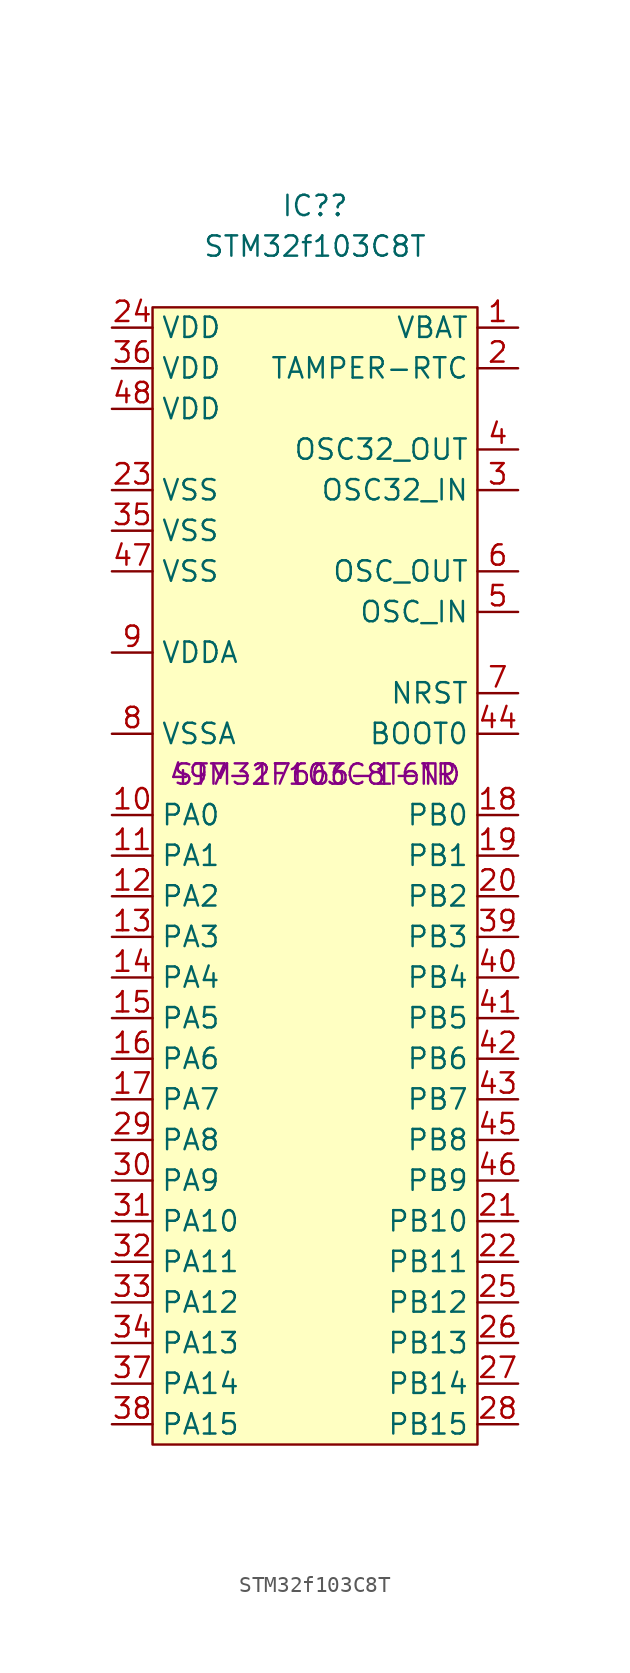
<source format=kicad_sym>
(kicad_symbol_lib
  (version 20220914)
  (generator kicad_symbol_editor)
  (symbol "STM32f103C8T"
    (property "Reference" "IC?"
      (at 0 35.56 0)
      (effects (font (size 1.27 1.27))))
    (property "Value" "STM32f103C8T"
      (at 0 33.02 0)
      (effects (font (size 1.27 1.27))))
    (property "DigiKey" "497-17666-1-ND"
      (at 0 0 0)
      (effects (font (size 1.27 1.27))))
    (property "MPN" "STM32F103C8T6TR"
      (at 0 0 0)
      (effects (font (size 1.27 1.27))))
    (symbol "STM32f103C8T_1_1"
      (rectangle (start -10.16 29.21) (end 10.16 -41.91) (stroke (width 0) (type default)) (fill (type background)))
      (pin input line (at 12.7 27.94 180) (length 2.54) (name "VBAT" (effects (font (size 1.27 1.27)))) (number "1" (effects (font (size 1.27 1.27)))))
      (pin bidirectional line (at -12.7 -2.54 0) (length 2.54) (name "PA0" (effects (font (size 1.27 1.27)))) (number "10" (effects (font (size 1.27 1.27)))))
      (pin bidirectional line (at -12.7 -5.08 0) (length 2.54) (name "PA1" (effects (font (size 1.27 1.27)))) (number "11" (effects (font (size 1.27 1.27)))))
      (pin bidirectional line (at -12.7 -7.62 0) (length 2.54) (name "PA2" (effects (font (size 1.27 1.27)))) (number "12" (effects (font (size 1.27 1.27)))))
      (pin bidirectional line (at -12.7 -10.16 0) (length 2.54) (name "PA3" (effects (font (size 1.27 1.27)))) (number "13" (effects (font (size 1.27 1.27)))))
      (pin bidirectional line (at -12.7 -12.7 0) (length 2.54) (name "PA4" (effects (font (size 1.27 1.27)))) (number "14" (effects (font (size 1.27 1.27)))))
      (pin bidirectional line (at -12.7 -15.24 0) (length 2.54) (name "PA5" (effects (font (size 1.27 1.27)))) (number "15" (effects (font (size 1.27 1.27)))))
      (pin bidirectional line (at -12.7 -17.78 0) (length 2.54) (name "PA6" (effects (font (size 1.27 1.27)))) (number "16" (effects (font (size 1.27 1.27)))))
      (pin bidirectional line (at -12.7 -20.32 0) (length 2.54) (name "PA7" (effects (font (size 1.27 1.27)))) (number "17" (effects (font (size 1.27 1.27)))))
      (pin bidirectional line (at 12.7 -2.54 180) (length 2.54) (name "PB0" (effects (font (size 1.27 1.27)))) (number "18" (effects (font (size 1.27 1.27)))))
      (pin bidirectional line (at 12.7 -5.08 180) (length 2.54) (name "PB1" (effects (font (size 1.27 1.27)))) (number "19" (effects (font (size 1.27 1.27)))))
      (pin bidirectional line (at 12.7 25.4 180) (length 2.54) (name "TAMPER-RTC" (effects (font (size 1.27 1.27)))) (number "2" (effects (font (size 1.27 1.27)))))
      (pin bidirectional line (at 12.7 -7.62 180) (length 2.54) (name "PB2" (effects (font (size 1.27 1.27)))) (number "20" (effects (font (size 1.27 1.27)))))
      (pin bidirectional line (at 12.7 -27.94 180) (length 2.54) (name "PB10" (effects (font (size 1.27 1.27)))) (number "21" (effects (font (size 1.27 1.27)))))
      (pin bidirectional line (at 12.7 -30.48 180) (length 2.54) (name "PB11" (effects (font (size 1.27 1.27)))) (number "22" (effects (font (size 1.27 1.27)))))
      (pin power_in line (at -12.7 17.78 0) (length 2.54) (name "VSS" (effects (font (size 1.27 1.27)))) (number "23" (effects (font (size 1.27 1.27)))))
      (pin power_in line (at -12.7 27.94 0) (length 2.54) (name "VDD" (effects (font (size 1.27 1.27)))) (number "24" (effects (font (size 1.27 1.27)))))
      (pin bidirectional line (at 12.7 -33.02 180) (length 2.54) (name "PB12" (effects (font (size 1.27 1.27)))) (number "25" (effects (font (size 1.27 1.27)))))
      (pin bidirectional line (at 12.7 -35.56 180) (length 2.54) (name "PB13" (effects (font (size 1.27 1.27)))) (number "26" (effects (font (size 1.27 1.27)))))
      (pin bidirectional line (at 12.7 -38.1 180) (length 2.54) (name "PB14" (effects (font (size 1.27 1.27)))) (number "27" (effects (font (size 1.27 1.27)))))
      (pin bidirectional line (at 12.7 -40.64 180) (length 2.54) (name "PB15" (effects (font (size 1.27 1.27)))) (number "28" (effects (font (size 1.27 1.27)))))
      (pin bidirectional line (at -12.7 -22.86 0) (length 2.54) (name "PA8" (effects (font (size 1.27 1.27)))) (number "29" (effects (font (size 1.27 1.27)))))
      (pin input line (at 12.7 17.78 180) (length 2.54) (name "OSC32_IN" (effects (font (size 1.27 1.27)))) (number "3" (effects (font (size 1.27 1.27)))))
      (pin bidirectional line (at -12.7 -25.4 0) (length 2.54) (name "PA9" (effects (font (size 1.27 1.27)))) (number "30" (effects (font (size 1.27 1.27)))))
      (pin bidirectional line (at -12.7 -27.94 0) (length 2.54) (name "PA10" (effects (font (size 1.27 1.27)))) (number "31" (effects (font (size 1.27 1.27)))))
      (pin bidirectional line (at -12.7 -30.48 0) (length 2.54) (name "PA11" (effects (font (size 1.27 1.27)))) (number "32" (effects (font (size 1.27 1.27)))))
      (pin bidirectional line (at -12.7 -33.02 0) (length 2.54) (name "PA12" (effects (font (size 1.27 1.27)))) (number "33" (effects (font (size 1.27 1.27)))))
      (pin bidirectional line (at -12.7 -35.56 0) (length 2.54) (name "PA13" (effects (font (size 1.27 1.27)))) (number "34" (effects (font (size 1.27 1.27)))))
      (pin power_in line (at -12.7 15.24 0) (length 2.54) (name "VSS" (effects (font (size 1.27 1.27)))) (number "35" (effects (font (size 1.27 1.27)))))
      (pin power_in line (at -12.7 25.4 0) (length 2.54) (name "VDD" (effects (font (size 1.27 1.27)))) (number "36" (effects (font (size 1.27 1.27)))))
      (pin bidirectional line (at -12.7 -38.1 0) (length 2.54) (name "PA14" (effects (font (size 1.27 1.27)))) (number "37" (effects (font (size 1.27 1.27)))))
      (pin bidirectional line (at -12.7 -40.64 0) (length 2.54) (name "PA15" (effects (font (size 1.27 1.27)))) (number "38" (effects (font (size 1.27 1.27)))))
      (pin bidirectional line (at 12.7 -10.16 180) (length 2.54) (name "PB3" (effects (font (size 1.27 1.27)))) (number "39" (effects (font (size 1.27 1.27)))))
      (pin output line (at 12.7 20.32 180) (length 2.54) (name "OSC32_OUT" (effects (font (size 1.27 1.27)))) (number "4" (effects (font (size 1.27 1.27)))))
      (pin bidirectional line (at 12.7 -12.7 180) (length 2.54) (name "PB4" (effects (font (size 1.27 1.27)))) (number "40" (effects (font (size 1.27 1.27)))))
      (pin bidirectional line (at 12.7 -15.24 180) (length 2.54) (name "PB5" (effects (font (size 1.27 1.27)))) (number "41" (effects (font (size 1.27 1.27)))))
      (pin bidirectional line (at 12.7 -17.78 180) (length 2.54) (name "PB6" (effects (font (size 1.27 1.27)))) (number "42" (effects (font (size 1.27 1.27)))))
      (pin bidirectional line (at 12.7 -20.32 180) (length 2.54) (name "PB7" (effects (font (size 1.27 1.27)))) (number "43" (effects (font (size 1.27 1.27)))))
      (pin input line (at 12.7 2.54 180) (length 2.54) (name "BOOT0" (effects (font (size 1.27 1.27)))) (number "44" (effects (font (size 1.27 1.27)))))
      (pin bidirectional line (at 12.7 -22.86 180) (length 2.54) (name "PB8" (effects (font (size 1.27 1.27)))) (number "45" (effects (font (size 1.27 1.27)))))
      (pin bidirectional line (at 12.7 -25.4 180) (length 2.54) (name "PB9" (effects (font (size 1.27 1.27)))) (number "46" (effects (font (size 1.27 1.27)))))
      (pin power_in line (at -12.7 12.7 0) (length 2.54) (name "VSS" (effects (font (size 1.27 1.27)))) (number "47" (effects (font (size 1.27 1.27)))))
      (pin power_in line (at -12.7 22.86 0) (length 2.54) (name "VDD" (effects (font (size 1.27 1.27)))) (number "48" (effects (font (size 1.27 1.27)))))
      (pin input line (at 12.7 10.16 180) (length 2.54) (name "OSC_IN" (effects (font (size 1.27 1.27)))) (number "5" (effects (font (size 1.27 1.27)))))
      (pin output line (at 12.7 12.7 180) (length 2.54) (name "OSC_OUT" (effects (font (size 1.27 1.27)))) (number "6" (effects (font (size 1.27 1.27)))))
      (pin input line (at 12.7 5.08 180) (length 2.54) (name "NRST" (effects (font (size 1.27 1.27)))) (number "7" (effects (font (size 1.27 1.27)))))
      (pin power_in line (at -12.7 2.54 0) (length 2.54) (name "VSSA" (effects (font (size 1.27 1.27)))) (number "8" (effects (font (size 1.27 1.27)))))
      (pin power_in line (at -12.7 7.62 0) (length 2.54) (name "VDDA" (effects (font (size 1.27 1.27)))) (number "9" (effects (font (size 1.27 1.27))))))))
</source>
